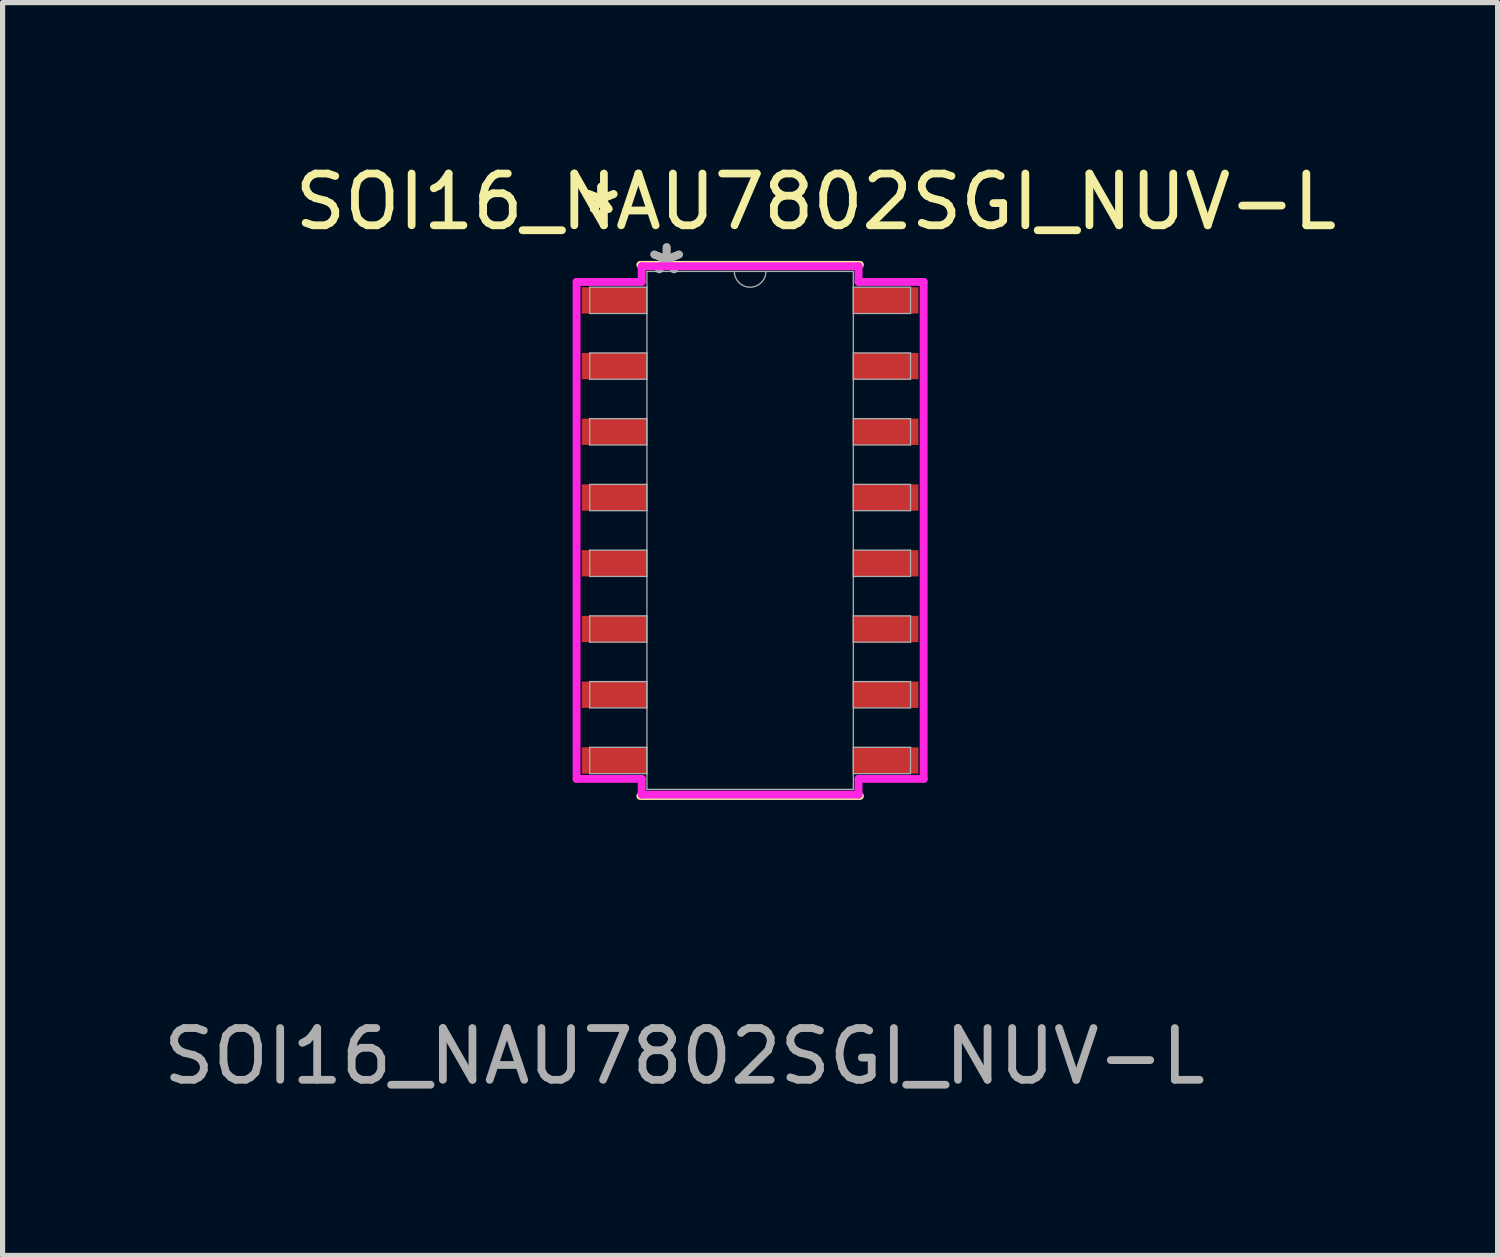
<source format=kicad_pcb>
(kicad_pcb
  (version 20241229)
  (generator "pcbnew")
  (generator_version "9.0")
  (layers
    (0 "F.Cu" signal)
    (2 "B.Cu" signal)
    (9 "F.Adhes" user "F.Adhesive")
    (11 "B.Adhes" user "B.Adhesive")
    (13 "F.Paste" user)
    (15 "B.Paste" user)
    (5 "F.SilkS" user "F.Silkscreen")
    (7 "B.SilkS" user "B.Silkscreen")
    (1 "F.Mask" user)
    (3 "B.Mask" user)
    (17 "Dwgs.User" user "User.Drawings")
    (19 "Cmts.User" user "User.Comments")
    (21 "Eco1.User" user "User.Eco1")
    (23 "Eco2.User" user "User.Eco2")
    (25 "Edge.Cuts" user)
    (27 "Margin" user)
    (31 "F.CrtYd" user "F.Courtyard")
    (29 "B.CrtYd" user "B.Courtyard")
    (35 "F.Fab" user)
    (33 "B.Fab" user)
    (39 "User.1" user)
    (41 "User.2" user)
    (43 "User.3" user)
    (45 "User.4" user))
  (footprint "SOI16_NAU7802SGI_NUV-L"
    (layer "F.Cu")
    (at 11.443 7.198)
    (property "Reference" "SOI16_NAU7802SGI_NUV-L" (at 1.27 -6.35 0) (unlocked yes) (layer "F.SilkS") (effects (font (size 1 1) (thickness 0.15))))
    (attr smd)
    (fp_line (start -2.121 5.131) (end 2.121 5.131) (stroke (width 0.152) (type solid)) (layer "F.SilkS"))
    (fp_line (start 2.121 -5.131) (end -2.121 -5.131) (stroke (width 0.152) (type solid)) (layer "F.SilkS"))
    (fp_line (start -3.353 -4.801) (end -2.095 -4.801) (stroke (width 0.152) (type solid)) (layer "F.CrtYd"))
    (fp_line (start -3.353 4.801) (end -3.353 -4.801) (stroke (width 0.152) (type solid)) (layer "F.CrtYd"))
    (fp_line (start -3.353 4.801) (end -2.095 4.801) (stroke (width 0.152) (type solid)) (layer "F.CrtYd"))
    (fp_line (start -2.095 -5.105) (end 2.095 -5.105) (stroke (width 0.152) (type solid)) (layer "F.CrtYd"))
    (fp_line (start -2.095 -4.801) (end -2.095 -5.105) (stroke (width 0.152) (type solid)) (layer "F.CrtYd"))
    (fp_line (start -2.095 5.105) (end -2.095 4.801) (stroke (width 0.152) (type solid)) (layer "F.CrtYd"))
    (fp_line (start 2.095 -5.105) (end 2.095 -4.801) (stroke (width 0.152) (type solid)) (layer "F.CrtYd"))
    (fp_line (start 2.095 4.801) (end 2.095 5.105) (stroke (width 0.152) (type solid)) (layer "F.CrtYd"))
    (fp_line (start 2.095 5.105) (end -2.095 5.105) (stroke (width 0.152) (type solid)) (layer "F.CrtYd"))
    (fp_line (start 3.353 -4.801) (end 2.095 -4.801) (stroke (width 0.152) (type solid)) (layer "F.CrtYd"))
    (fp_line (start 3.353 -4.801) (end 3.353 4.801) (stroke (width 0.152) (type solid)) (layer "F.CrtYd"))
    (fp_line (start 3.353 4.801) (end 2.095 4.801) (stroke (width 0.152) (type solid)) (layer "F.CrtYd"))
    (fp_line (start -3.099 -4.699) (end -3.099 -4.191) (stroke (width 0.025) (type solid)) (layer "F.Fab"))
    (fp_line (start -3.099 -4.191) (end -1.994 -4.191) (stroke (width 0.025) (type solid)) (layer "F.Fab"))
    (fp_line (start -3.099 -3.429) (end -3.099 -2.921) (stroke (width 0.025) (type solid)) (layer "F.Fab"))
    (fp_line (start -3.099 -2.921) (end -1.994 -2.921) (stroke (width 0.025) (type solid)) (layer "F.Fab"))
    (fp_line (start -3.099 -2.159) (end -3.099 -1.651) (stroke (width 0.025) (type solid)) (layer "F.Fab"))
    (fp_line (start -3.099 -1.651) (end -1.994 -1.651) (stroke (width 0.025) (type solid)) (layer "F.Fab"))
    (fp_line (start -3.099 -0.889) (end -3.099 -0.381) (stroke (width 0.025) (type solid)) (layer "F.Fab"))
    (fp_line (start -3.099 -0.381) (end -1.994 -0.381) (stroke (width 0.025) (type solid)) (layer "F.Fab"))
    (fp_line (start -3.099 0.381) (end -3.099 0.889) (stroke (width 0.025) (type solid)) (layer "F.Fab"))
    (fp_line (start -3.099 0.889) (end -1.994 0.889) (stroke (width 0.025) (type solid)) (layer "F.Fab"))
    (fp_line (start -3.099 1.651) (end -3.099 2.159) (stroke (width 0.025) (type solid)) (layer "F.Fab"))
    (fp_line (start -3.099 2.159) (end -1.994 2.159) (stroke (width 0.025) (type solid)) (layer "F.Fab"))
    (fp_line (start -3.099 2.921) (end -3.099 3.429) (stroke (width 0.025) (type solid)) (layer "F.Fab"))
    (fp_line (start -3.099 3.429) (end -1.994 3.429) (stroke (width 0.025) (type solid)) (layer "F.Fab"))
    (fp_line (start -3.099 4.191) (end -3.099 4.699) (stroke (width 0.025) (type solid)) (layer "F.Fab"))
    (fp_line (start -3.099 4.699) (end -1.994 4.699) (stroke (width 0.025) (type solid)) (layer "F.Fab"))
    (fp_line (start -1.994 -5.004) (end -1.994 5.004) (stroke (width 0.025) (type solid)) (layer "F.Fab"))
    (fp_line (start -1.994 -4.699) (end -3.099 -4.699) (stroke (width 0.025) (type solid)) (layer "F.Fab"))
    (fp_line (start -1.994 -4.191) (end -1.994 -4.699) (stroke (width 0.025) (type solid)) (layer "F.Fab"))
    (fp_line (start -1.994 -3.429) (end -3.099 -3.429) (stroke (width 0.025) (type solid)) (layer "F.Fab"))
    (fp_line (start -1.994 -2.921) (end -1.994 -3.429) (stroke (width 0.025) (type solid)) (layer "F.Fab"))
    (fp_line (start -1.994 -2.159) (end -3.099 -2.159) (stroke (width 0.025) (type solid)) (layer "F.Fab"))
    (fp_line (start -1.994 -1.651) (end -1.994 -2.159) (stroke (width 0.025) (type solid)) (layer "F.Fab"))
    (fp_line (start -1.994 -0.889) (end -3.099 -0.889) (stroke (width 0.025) (type solid)) (layer "F.Fab"))
    (fp_line (start -1.994 -0.381) (end -1.994 -0.889) (stroke (width 0.025) (type solid)) (layer "F.Fab"))
    (fp_line (start -1.994 0.381) (end -3.099 0.381) (stroke (width 0.025) (type solid)) (layer "F.Fab"))
    (fp_line (start -1.994 0.889) (end -1.994 0.381) (stroke (width 0.025) (type solid)) (layer "F.Fab"))
    (fp_line (start -1.994 1.651) (end -3.099 1.651) (stroke (width 0.025) (type solid)) (layer "F.Fab"))
    (fp_line (start -1.994 2.159) (end -1.994 1.651) (stroke (width 0.025) (type solid)) (layer "F.Fab"))
    (fp_line (start -1.994 2.921) (end -3.099 2.921) (stroke (width 0.025) (type solid)) (layer "F.Fab"))
    (fp_line (start -1.994 3.429) (end -1.994 2.921) (stroke (width 0.025) (type solid)) (layer "F.Fab"))
    (fp_line (start -1.994 4.191) (end -3.099 4.191) (stroke (width 0.025) (type solid)) (layer "F.Fab"))
    (fp_line (start -1.994 4.699) (end -1.994 4.191) (stroke (width 0.025) (type solid)) (layer "F.Fab"))
    (fp_line (start -1.994 5.004) (end 1.994 5.004) (stroke (width 0.025) (type solid)) (layer "F.Fab"))
    (fp_line (start 1.994 -5.004) (end -1.994 -5.004) (stroke (width 0.025) (type solid)) (layer "F.Fab"))
    (fp_line (start 1.994 -4.699) (end 1.994 -4.191) (stroke (width 0.025) (type solid)) (layer "F.Fab"))
    (fp_line (start 1.994 -4.191) (end 3.099 -4.191) (stroke (width 0.025) (type solid)) (layer "F.Fab"))
    (fp_line (start 1.994 -3.429) (end 1.994 -2.921) (stroke (width 0.025) (type solid)) (layer "F.Fab"))
    (fp_line (start 1.994 -2.921) (end 3.099 -2.921) (stroke (width 0.025) (type solid)) (layer "F.Fab"))
    (fp_line (start 1.994 -2.159) (end 1.994 -1.651) (stroke (width 0.025) (type solid)) (layer "F.Fab"))
    (fp_line (start 1.994 -1.651) (end 3.099 -1.651) (stroke (width 0.025) (type solid)) (layer "F.Fab"))
    (fp_line (start 1.994 -0.889) (end 1.994 -0.381) (stroke (width 0.025) (type solid)) (layer "F.Fab"))
    (fp_line (start 1.994 -0.381) (end 3.099 -0.381) (stroke (width 0.025) (type solid)) (layer "F.Fab"))
    (fp_line (start 1.994 0.381) (end 1.994 0.889) (stroke (width 0.025) (type solid)) (layer "F.Fab"))
    (fp_line (start 1.994 0.889) (end 3.099 0.889) (stroke (width 0.025) (type solid)) (layer "F.Fab"))
    (fp_line (start 1.994 1.651) (end 1.994 2.159) (stroke (width 0.025) (type solid)) (layer "F.Fab"))
    (fp_line (start 1.994 2.159) (end 3.099 2.159) (stroke (width 0.025) (type solid)) (layer "F.Fab"))
    (fp_line (start 1.994 2.921) (end 1.994 3.429) (stroke (width 0.025) (type solid)) (layer "F.Fab"))
    (fp_line (start 1.994 3.429) (end 3.099 3.429) (stroke (width 0.025) (type solid)) (layer "F.Fab"))
    (fp_line (start 1.994 4.191) (end 1.994 4.699) (stroke (width 0.025) (type solid)) (layer "F.Fab"))
    (fp_line (start 1.994 4.699) (end 3.099 4.699) (stroke (width 0.025) (type solid)) (layer "F.Fab"))
    (fp_line (start 1.994 5.004) (end 1.994 -5.004) (stroke (width 0.025) (type solid)) (layer "F.Fab"))
    (fp_line (start 3.099 -4.699) (end 1.994 -4.699) (stroke (width 0.025) (type solid)) (layer "F.Fab"))
    (fp_line (start 3.099 -4.191) (end 3.099 -4.699) (stroke (width 0.025) (type solid)) (layer "F.Fab"))
    (fp_line (start 3.099 -3.429) (end 1.994 -3.429) (stroke (width 0.025) (type solid)) (layer "F.Fab"))
    (fp_line (start 3.099 -2.921) (end 3.099 -3.429) (stroke (width 0.025) (type solid)) (layer "F.Fab"))
    (fp_line (start 3.099 -2.159) (end 1.994 -2.159) (stroke (width 0.025) (type solid)) (layer "F.Fab"))
    (fp_line (start 3.099 -1.651) (end 3.099 -2.159) (stroke (width 0.025) (type solid)) (layer "F.Fab"))
    (fp_line (start 3.099 -0.889) (end 1.994 -0.889) (stroke (width 0.025) (type solid)) (layer "F.Fab"))
    (fp_line (start 3.099 -0.381) (end 3.099 -0.889) (stroke (width 0.025) (type solid)) (layer "F.Fab"))
    (fp_line (start 3.099 0.381) (end 1.994 0.381) (stroke (width 0.025) (type solid)) (layer "F.Fab"))
    (fp_line (start 3.099 0.889) (end 3.099 0.381) (stroke (width 0.025) (type solid)) (layer "F.Fab"))
    (fp_line (start 3.099 1.651) (end 1.994 1.651) (stroke (width 0.025) (type solid)) (layer "F.Fab"))
    (fp_line (start 3.099 2.159) (end 3.099 1.651) (stroke (width 0.025) (type solid)) (layer "F.Fab"))
    (fp_line (start 3.099 2.921) (end 1.994 2.921) (stroke (width 0.025) (type solid)) (layer "F.Fab"))
    (fp_line (start 3.099 3.429) (end 3.099 2.921) (stroke (width 0.025) (type solid)) (layer "F.Fab"))
    (fp_line (start 3.099 4.191) (end 1.994 4.191) (stroke (width 0.025) (type solid)) (layer "F.Fab"))
    (fp_line (start 3.099 4.699) (end 3.099 4.191) (stroke (width 0.025) (type solid)) (layer "F.Fab"))
    (fp_arc (start 0.3048 -5.0038) (mid 0 -4.699) (end -0.3048 -5.0038) (stroke (width 0.0254) (type solid)) (layer "F.Fab"))
    (fp_text user "*" (at -2.877 -6.096 0) (layer "F.SilkS") (effects (font (size 1 1) (thickness 0.15))))
    (fp_text user "*" (at -2.877 -6.096 0) (unlocked yes) (layer "F.SilkS") (effects (font (size 1 1) (thickness 0.15))))
    (fp_text user "*" (at -1.613 -4.928 0) (layer "F.Fab") (effects (font (size 1 1) (thickness 0.15))))
    (fp_text user "*" (at -1.613 -4.928 0) (unlocked yes) (layer "F.Fab") (effects (font (size 1 1) (thickness 0.15))))
    (fp_text user "${REFERENCE}" (at -1.27 10.16 0) (unlocked yes) (layer "F.Fab") (effects (font (size 1 1) (thickness 0.15))))
    (pad "1" smd rect (at -2.623 -4.445) (size 1.257 0.508) (layers "F.Cu" "F.Mask" "F.Paste"))
    (pad "2" smd rect (at -2.623 -3.175) (size 1.257 0.508) (layers "F.Cu" "F.Mask" "F.Paste"))
    (pad "3" smd rect (at -2.623 -1.905) (size 1.257 0.508) (layers "F.Cu" "F.Mask" "F.Paste"))
    (pad "4" smd rect (at -2.623 -0.635) (size 1.257 0.508) (layers "F.Cu" "F.Mask" "F.Paste"))
    (pad "5" smd rect (at -2.623 0.635) (size 1.257 0.508) (layers "F.Cu" "F.Mask" "F.Paste"))
    (pad "6" smd rect (at -2.623 1.905) (size 1.257 0.508) (layers "F.Cu" "F.Mask" "F.Paste"))
    (pad "7" smd rect (at -2.623 3.175) (size 1.257 0.508) (layers "F.Cu" "F.Mask" "F.Paste"))
    (pad "8" smd rect (at -2.623 4.445) (size 1.257 0.508) (layers "F.Cu" "F.Mask" "F.Paste"))
    (pad "9" smd rect (at 2.623 4.445) (size 1.257 0.508) (layers "F.Cu" "F.Mask" "F.Paste"))
    (pad "10" smd rect (at 2.623 3.175) (size 1.257 0.508) (layers "F.Cu" "F.Mask" "F.Paste"))
    (pad "11" smd rect (at 2.623 1.905) (size 1.257 0.508) (layers "F.Cu" "F.Mask" "F.Paste"))
    (pad "12" smd rect (at 2.623 0.635) (size 1.257 0.508) (layers "F.Cu" "F.Mask" "F.Paste"))
    (pad "13" smd rect (at 2.623 -0.635) (size 1.257 0.508) (layers "F.Cu" "F.Mask" "F.Paste"))
    (pad "14" smd rect (at 2.623 -1.905) (size 1.257 0.508) (layers "F.Cu" "F.Mask" "F.Paste"))
    (pad "15" smd rect (at 2.623 -3.175) (size 1.257 0.508) (layers "F.Cu" "F.Mask" "F.Paste"))
    (pad "16" smd rect (at 2.623 -4.445) (size 1.257 0.508) (layers "F.Cu" "F.Mask" "F.Paste")))
  (gr_rect
    (start -3 -3)
    (end 25.885 21.206)
    (stroke (width 0.1) (type default))
    (fill no)
    (layer "Edge.Cuts")))
</source>
